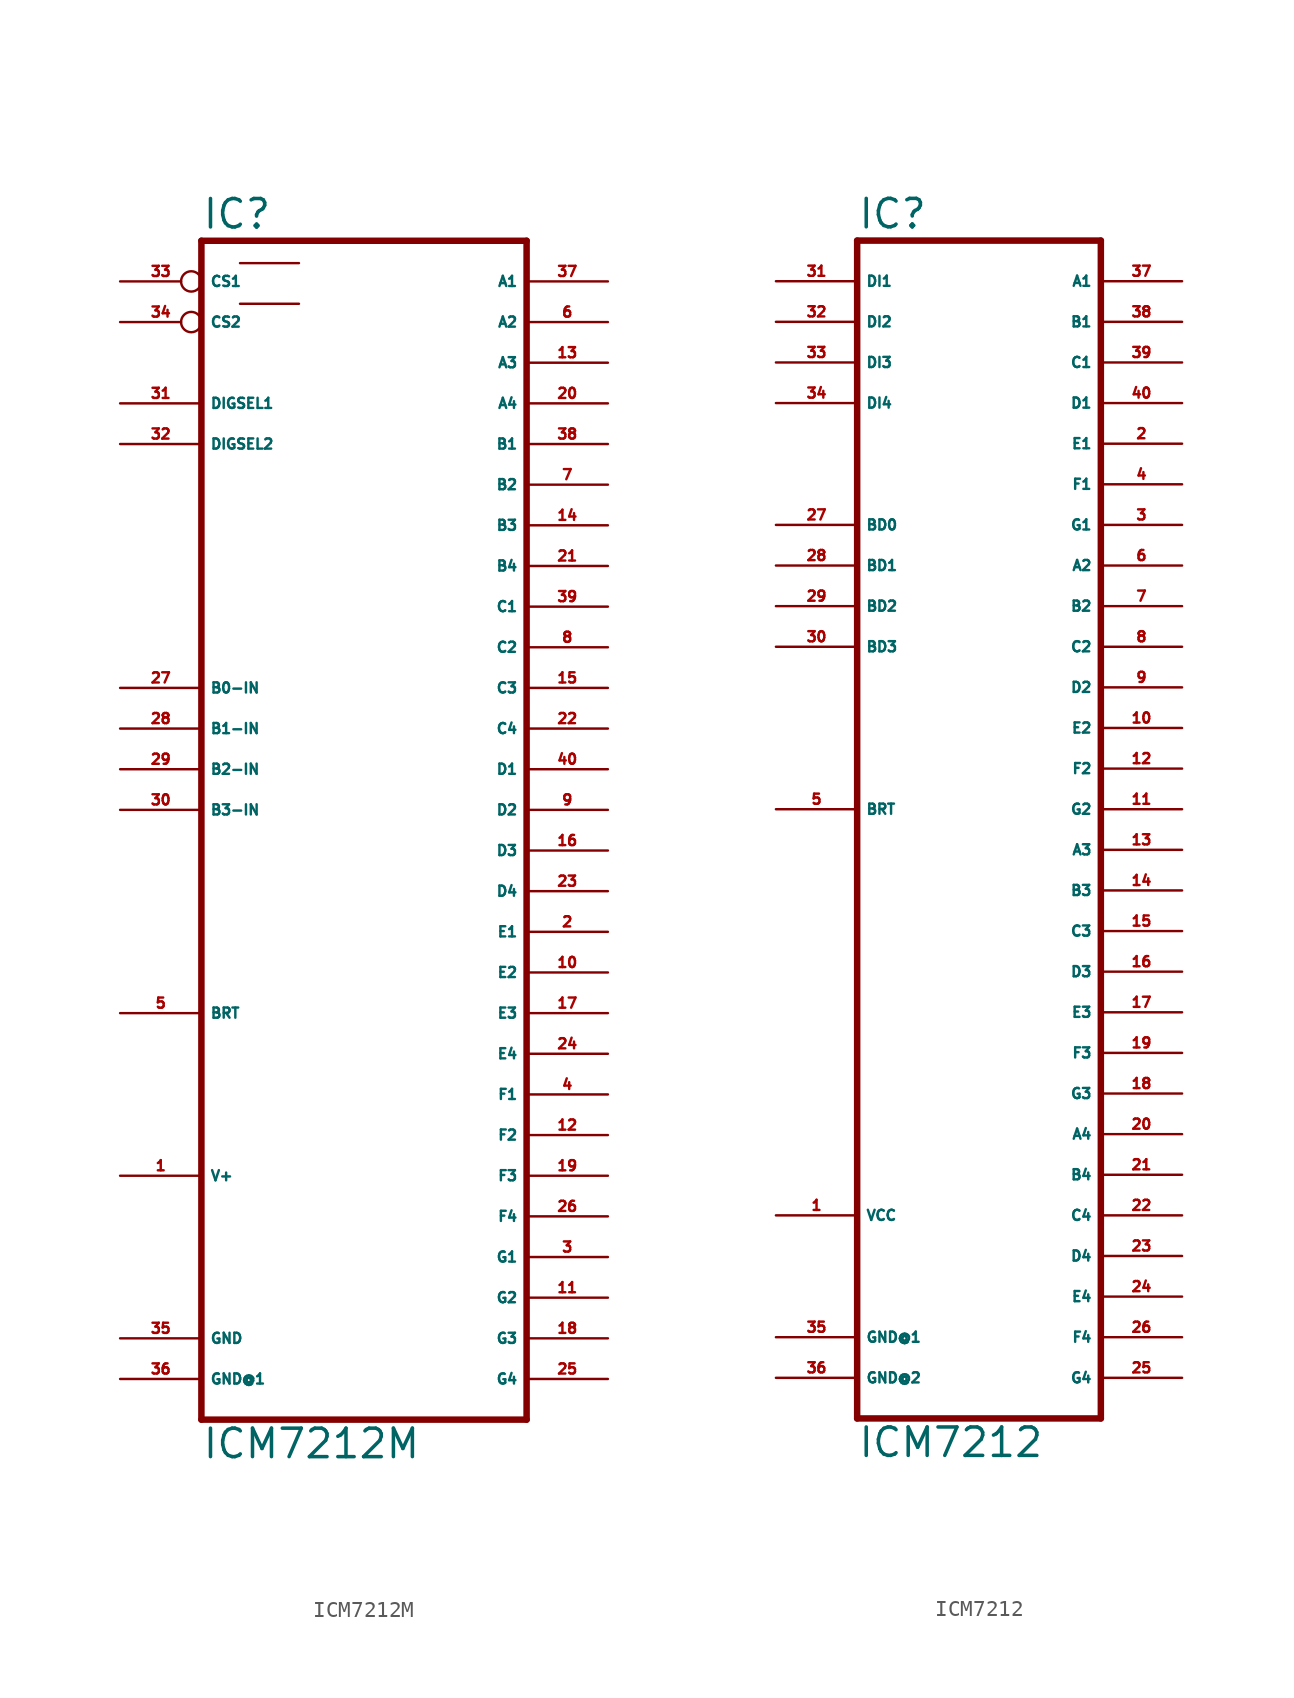
<source format=kicad_sym>
(kicad_symbol_lib
  (version 20220914)
  (generator Eagle2Kicad)
  (symbol "ICM7212M"
    (property "Reference" "IC"
      (at -10.16 43.815 0)
      (effects (font (size 1.778 1.778) (thickness 0.22)) (justify left bottom)))
    (property "Value" "ICM7212M"
      (at -10.16 -33.02 0)
      (effects (font (size 1.778 1.778) (thickness 0.22)) (justify left bottom)))
    (polyline
      (pts (xy -10.16 -30.48) (xy 10.16 -30.48))
      (stroke (width 0.406) (type default))
      (fill (type none)))
    (polyline
      (pts (xy 10.16 43.18) (xy 10.16 -30.48))
      (stroke (width 0.406) (type default))
      (fill (type none)))
    (polyline
      (pts (xy 10.16 43.18) (xy -10.16 43.18))
      (stroke (width 0.406) (type default))
      (fill (type none)))
    (polyline
      (pts (xy -10.16 -30.48) (xy -10.16 43.18))
      (stroke (width 0.406) (type default))
      (fill (type none)))
    (polyline
      (pts (xy -7.747 41.783) (xy -4.064 41.783))
      (stroke (width 0.152) (type default))
      (fill (type none)))
    (polyline
      (pts (xy -7.747 39.243) (xy -4.064 39.243))
      (stroke (width 0.152) (type default))
      (fill (type none)))
    (pin input line
      (at -15.24 33.02 0)
      (length 5.08)
      (name "DIGSEL1" (effects (font (size 0.635 0.635) (thickness 0.08)) (justify left bottom)))
      (number "31" (effects (font (size 0.635 0.635) (thickness 0.08)) (justify left bottom))))
    (pin input line
      (at -15.24 30.48 0)
      (length 5.08)
      (name "DIGSEL2" (effects (font (size 0.635 0.635) (thickness 0.08)) (justify left bottom)))
      (number "32" (effects (font (size 0.635 0.635) (thickness 0.08)) (justify left bottom))))
    (pin input inverted
      (at -15.24 40.64 0)
      (length 5.08)
      (name "CS1" (effects (font (size 0.635 0.635) (thickness 0.08)) (justify left bottom)))
      (number "33" (effects (font (size 0.635 0.635) (thickness 0.08)) (justify left bottom))))
    (pin output line
      (at 15.24 -20.32 180)
      (length 5.08)
      (name "G1" (effects (font (size 0.635 0.635) (thickness 0.08)) (justify left bottom)))
      (number "3" (effects (font (size 0.635 0.635) (thickness 0.08)) (justify left bottom))))
    (pin output line
      (at 15.24 -17.78 180)
      (length 5.08)
      (name "F4" (effects (font (size 0.635 0.635) (thickness 0.08)) (justify left bottom)))
      (number "26" (effects (font (size 0.635 0.635) (thickness 0.08)) (justify left bottom))))
    (pin output line
      (at 15.24 -15.24 180)
      (length 5.08)
      (name "F3" (effects (font (size 0.635 0.635) (thickness 0.08)) (justify left bottom)))
      (number "19" (effects (font (size 0.635 0.635) (thickness 0.08)) (justify left bottom))))
    (pin output line
      (at 15.24 -12.7 180)
      (length 5.08)
      (name "F2" (effects (font (size 0.635 0.635) (thickness 0.08)) (justify left bottom)))
      (number "12" (effects (font (size 0.635 0.635) (thickness 0.08)) (justify left bottom))))
    (pin output line
      (at 15.24 -10.16 180)
      (length 5.08)
      (name "F1" (effects (font (size 0.635 0.635) (thickness 0.08)) (justify left bottom)))
      (number "4" (effects (font (size 0.635 0.635) (thickness 0.08)) (justify left bottom))))
    (pin input inverted
      (at -15.24 38.1 0)
      (length 5.08)
      (name "CS2" (effects (font (size 0.635 0.635) (thickness 0.08)) (justify left bottom)))
      (number "34" (effects (font (size 0.635 0.635) (thickness 0.08)) (justify left bottom))))
    (pin output line
      (at 15.24 -5.08 180)
      (length 5.08)
      (name "E3" (effects (font (size 0.635 0.635) (thickness 0.08)) (justify left bottom)))
      (number "17" (effects (font (size 0.635 0.635) (thickness 0.08)) (justify left bottom))))
    (pin output line
      (at 15.24 -7.62 180)
      (length 5.08)
      (name "E4" (effects (font (size 0.635 0.635) (thickness 0.08)) (justify left bottom)))
      (number "24" (effects (font (size 0.635 0.635) (thickness 0.08)) (justify left bottom))))
    (pin output line
      (at 15.24 -27.94 180)
      (length 5.08)
      (name "G4" (effects (font (size 0.635 0.635) (thickness 0.08)) (justify left bottom)))
      (number "25" (effects (font (size 0.635 0.635) (thickness 0.08)) (justify left bottom))))
    (pin output line
      (at 15.24 -25.4 180)
      (length 5.08)
      (name "G3" (effects (font (size 0.635 0.635) (thickness 0.08)) (justify left bottom)))
      (number "18" (effects (font (size 0.635 0.635) (thickness 0.08)) (justify left bottom))))
    (pin output line
      (at 15.24 -22.86 180)
      (length 5.08)
      (name "G2" (effects (font (size 0.635 0.635) (thickness 0.08)) (justify left bottom)))
      (number "11" (effects (font (size 0.635 0.635) (thickness 0.08)) (justify left bottom))))
    (pin unspecified line
      (at -15.24 -25.4 0)
      (length 5.08)
      (name "GND" (effects (font (size 0.635 0.635) (thickness 0.08)) (justify left bottom)))
      (number "35" (effects (font (size 0.635 0.635) (thickness 0.08)) (justify left bottom))))
    (pin unspecified line
      (at -15.24 -15.24 0)
      (length 5.08)
      (name "V+" (effects (font (size 0.635 0.635) (thickness 0.08)) (justify left bottom)))
      (number "1" (effects (font (size 0.635 0.635) (thickness 0.08)) (justify left bottom))))
    (pin input line
      (at -15.24 15.24 0)
      (length 5.08)
      (name "B0-IN" (effects (font (size 0.635 0.635) (thickness 0.08)) (justify left bottom)))
      (number "27" (effects (font (size 0.635 0.635) (thickness 0.08)) (justify left bottom))))
    (pin input line
      (at -15.24 12.7 0)
      (length 5.08)
      (name "B1-IN" (effects (font (size 0.635 0.635) (thickness 0.08)) (justify left bottom)))
      (number "28" (effects (font (size 0.635 0.635) (thickness 0.08)) (justify left bottom))))
    (pin input line
      (at -15.24 10.16 0)
      (length 5.08)
      (name "B2-IN" (effects (font (size 0.635 0.635) (thickness 0.08)) (justify left bottom)))
      (number "29" (effects (font (size 0.635 0.635) (thickness 0.08)) (justify left bottom))))
    (pin input line
      (at -15.24 7.62 0)
      (length 5.08)
      (name "B3-IN" (effects (font (size 0.635 0.635) (thickness 0.08)) (justify left bottom)))
      (number "30" (effects (font (size 0.635 0.635) (thickness 0.08)) (justify left bottom))))
    (pin input line
      (at -15.24 -5.08 0)
      (length 5.08)
      (name "BRT" (effects (font (size 0.635 0.635) (thickness 0.08)) (justify left bottom)))
      (number "5" (effects (font (size 0.635 0.635) (thickness 0.08)) (justify left bottom))))
    (pin unspecified line
      (at -15.24 -27.94 0)
      (length 5.08)
      (name "GND@1" (effects (font (size 0.635 0.635) (thickness 0.08)) (justify left bottom)))
      (number "36" (effects (font (size 0.635 0.635) (thickness 0.08)) (justify left bottom))))
    (pin output line
      (at 15.24 40.64 180)
      (length 5.08)
      (name "A1" (effects (font (size 0.635 0.635) (thickness 0.08)) (justify left bottom)))
      (number "37" (effects (font (size 0.635 0.635) (thickness 0.08)) (justify left bottom))))
    (pin output line
      (at 15.24 38.1 180)
      (length 5.08)
      (name "A2" (effects (font (size 0.635 0.635) (thickness 0.08)) (justify left bottom)))
      (number "6" (effects (font (size 0.635 0.635) (thickness 0.08)) (justify left bottom))))
    (pin output line
      (at 15.24 35.56 180)
      (length 5.08)
      (name "A3" (effects (font (size 0.635 0.635) (thickness 0.08)) (justify left bottom)))
      (number "13" (effects (font (size 0.635 0.635) (thickness 0.08)) (justify left bottom))))
    (pin output line
      (at 15.24 33.02 180)
      (length 5.08)
      (name "A4" (effects (font (size 0.635 0.635) (thickness 0.08)) (justify left bottom)))
      (number "20" (effects (font (size 0.635 0.635) (thickness 0.08)) (justify left bottom))))
    (pin output line
      (at 15.24 30.48 180)
      (length 5.08)
      (name "B1" (effects (font (size 0.635 0.635) (thickness 0.08)) (justify left bottom)))
      (number "38" (effects (font (size 0.635 0.635) (thickness 0.08)) (justify left bottom))))
    (pin output line
      (at 15.24 27.94 180)
      (length 5.08)
      (name "B2" (effects (font (size 0.635 0.635) (thickness 0.08)) (justify left bottom)))
      (number "7" (effects (font (size 0.635 0.635) (thickness 0.08)) (justify left bottom))))
    (pin output line
      (at 15.24 -2.54 180)
      (length 5.08)
      (name "E2" (effects (font (size 0.635 0.635) (thickness 0.08)) (justify left bottom)))
      (number "10" (effects (font (size 0.635 0.635) (thickness 0.08)) (justify left bottom))))
    (pin output line
      (at 15.24 0 180)
      (length 5.08)
      (name "E1" (effects (font (size 0.635 0.635) (thickness 0.08)) (justify left bottom)))
      (number "2" (effects (font (size 0.635 0.635) (thickness 0.08)) (justify left bottom))))
    (pin output line
      (at 15.24 2.54 180)
      (length 5.08)
      (name "D4" (effects (font (size 0.635 0.635) (thickness 0.08)) (justify left bottom)))
      (number "23" (effects (font (size 0.635 0.635) (thickness 0.08)) (justify left bottom))))
    (pin output line
      (at 15.24 5.08 180)
      (length 5.08)
      (name "D3" (effects (font (size 0.635 0.635) (thickness 0.08)) (justify left bottom)))
      (number "16" (effects (font (size 0.635 0.635) (thickness 0.08)) (justify left bottom))))
    (pin output line
      (at 15.24 7.62 180)
      (length 5.08)
      (name "D2" (effects (font (size 0.635 0.635) (thickness 0.08)) (justify left bottom)))
      (number "9" (effects (font (size 0.635 0.635) (thickness 0.08)) (justify left bottom))))
    (pin output line
      (at 15.24 10.16 180)
      (length 5.08)
      (name "D1" (effects (font (size 0.635 0.635) (thickness 0.08)) (justify left bottom)))
      (number "40" (effects (font (size 0.635 0.635) (thickness 0.08)) (justify left bottom))))
    (pin output line
      (at 15.24 12.7 180)
      (length 5.08)
      (name "C4" (effects (font (size 0.635 0.635) (thickness 0.08)) (justify left bottom)))
      (number "22" (effects (font (size 0.635 0.635) (thickness 0.08)) (justify left bottom))))
    (pin output line
      (at 15.24 15.24 180)
      (length 5.08)
      (name "C3" (effects (font (size 0.635 0.635) (thickness 0.08)) (justify left bottom)))
      (number "15" (effects (font (size 0.635 0.635) (thickness 0.08)) (justify left bottom))))
    (pin output line
      (at 15.24 17.78 180)
      (length 5.08)
      (name "C2" (effects (font (size 0.635 0.635) (thickness 0.08)) (justify left bottom)))
      (number "8" (effects (font (size 0.635 0.635) (thickness 0.08)) (justify left bottom))))
    (pin output line
      (at 15.24 20.32 180)
      (length 5.08)
      (name "C1" (effects (font (size 0.635 0.635) (thickness 0.08)) (justify left bottom)))
      (number "39" (effects (font (size 0.635 0.635) (thickness 0.08)) (justify left bottom))))
    (pin output line
      (at 15.24 22.86 180)
      (length 5.08)
      (name "B4" (effects (font (size 0.635 0.635) (thickness 0.08)) (justify left bottom)))
      (number "21" (effects (font (size 0.635 0.635) (thickness 0.08)) (justify left bottom))))
    (pin output line
      (at 15.24 25.4 180)
      (length 5.08)
      (name "B3" (effects (font (size 0.635 0.635) (thickness 0.08)) (justify left bottom)))
      (number "14" (effects (font (size 0.635 0.635) (thickness 0.08)) (justify left bottom)))))
  (symbol "ICM7212"
    (property "Reference" "IC"
      (at -7.62 36.195 0)
      (effects (font (size 1.778 1.778) (thickness 0.22)) (justify left bottom)))
    (property "Value" "ICM7212"
      (at -7.62 -40.64 0)
      (effects (font (size 1.778 1.778) (thickness 0.22)) (justify left bottom)))
    (polyline
      (pts (xy -7.62 35.56) (xy 7.62 35.56))
      (stroke (width 0.406) (type default))
      (fill (type none)))
    (polyline
      (pts (xy 7.62 35.56) (xy 7.62 -38.1))
      (stroke (width 0.406) (type default))
      (fill (type none)))
    (polyline
      (pts (xy 7.62 -38.1) (xy -7.62 -38.1))
      (stroke (width 0.406) (type default))
      (fill (type none)))
    (polyline
      (pts (xy -7.62 -38.1) (xy -7.62 35.56))
      (stroke (width 0.406) (type default))
      (fill (type none)))
    (pin input line
      (at -12.7 33.02 0)
      (length 5.08)
      (name "DI1" (effects (font (size 0.635 0.635) (thickness 0.08)) (justify left bottom)))
      (number "31" (effects (font (size 0.635 0.635) (thickness 0.08)) (justify left bottom))))
    (pin input line
      (at -12.7 30.48 0)
      (length 5.08)
      (name "DI2" (effects (font (size 0.635 0.635) (thickness 0.08)) (justify left bottom)))
      (number "32" (effects (font (size 0.635 0.635) (thickness 0.08)) (justify left bottom))))
    (pin input line
      (at -12.7 27.94 0)
      (length 5.08)
      (name "DI3" (effects (font (size 0.635 0.635) (thickness 0.08)) (justify left bottom)))
      (number "33" (effects (font (size 0.635 0.635) (thickness 0.08)) (justify left bottom))))
    (pin input line
      (at -12.7 25.4 0)
      (length 5.08)
      (name "DI4" (effects (font (size 0.635 0.635) (thickness 0.08)) (justify left bottom)))
      (number "34" (effects (font (size 0.635 0.635) (thickness 0.08)) (justify left bottom))))
    (pin input line
      (at -12.7 17.78 0)
      (length 5.08)
      (name "BD0" (effects (font (size 0.635 0.635) (thickness 0.08)) (justify left bottom)))
      (number "27" (effects (font (size 0.635 0.635) (thickness 0.08)) (justify left bottom))))
    (pin input line
      (at -12.7 15.24 0)
      (length 5.08)
      (name "BD1" (effects (font (size 0.635 0.635) (thickness 0.08)) (justify left bottom)))
      (number "28" (effects (font (size 0.635 0.635) (thickness 0.08)) (justify left bottom))))
    (pin output line
      (at 12.7 33.02 180)
      (length 5.08)
      (name "A1" (effects (font (size 0.635 0.635) (thickness 0.08)) (justify left bottom)))
      (number "37" (effects (font (size 0.635 0.635) (thickness 0.08)) (justify left bottom))))
    (pin output line
      (at 12.7 30.48 180)
      (length 5.08)
      (name "B1" (effects (font (size 0.635 0.635) (thickness 0.08)) (justify left bottom)))
      (number "38" (effects (font (size 0.635 0.635) (thickness 0.08)) (justify left bottom))))
    (pin output line
      (at 12.7 27.94 180)
      (length 5.08)
      (name "C1" (effects (font (size 0.635 0.635) (thickness 0.08)) (justify left bottom)))
      (number "39" (effects (font (size 0.635 0.635) (thickness 0.08)) (justify left bottom))))
    (pin output line
      (at 12.7 25.4 180)
      (length 5.08)
      (name "D1" (effects (font (size 0.635 0.635) (thickness 0.08)) (justify left bottom)))
      (number "40" (effects (font (size 0.635 0.635) (thickness 0.08)) (justify left bottom))))
    (pin output line
      (at 12.7 22.86 180)
      (length 5.08)
      (name "E1" (effects (font (size 0.635 0.635) (thickness 0.08)) (justify left bottom)))
      (number "2" (effects (font (size 0.635 0.635) (thickness 0.08)) (justify left bottom))))
    (pin output line
      (at 12.7 20.32 180)
      (length 5.08)
      (name "F1" (effects (font (size 0.635 0.635) (thickness 0.08)) (justify left bottom)))
      (number "4" (effects (font (size 0.635 0.635) (thickness 0.08)) (justify left bottom))))
    (pin output line
      (at 12.7 17.78 180)
      (length 5.08)
      (name "G1" (effects (font (size 0.635 0.635) (thickness 0.08)) (justify left bottom)))
      (number "3" (effects (font (size 0.635 0.635) (thickness 0.08)) (justify left bottom))))
    (pin output line
      (at 12.7 15.24 180)
      (length 5.08)
      (name "A2" (effects (font (size 0.635 0.635) (thickness 0.08)) (justify left bottom)))
      (number "6" (effects (font (size 0.635 0.635) (thickness 0.08)) (justify left bottom))))
    (pin output line
      (at 12.7 12.7 180)
      (length 5.08)
      (name "B2" (effects (font (size 0.635 0.635) (thickness 0.08)) (justify left bottom)))
      (number "7" (effects (font (size 0.635 0.635) (thickness 0.08)) (justify left bottom))))
    (pin output line
      (at 12.7 10.16 180)
      (length 5.08)
      (name "C2" (effects (font (size 0.635 0.635) (thickness 0.08)) (justify left bottom)))
      (number "8" (effects (font (size 0.635 0.635) (thickness 0.08)) (justify left bottom))))
    (pin output line
      (at 12.7 7.62 180)
      (length 5.08)
      (name "D2" (effects (font (size 0.635 0.635) (thickness 0.08)) (justify left bottom)))
      (number "9" (effects (font (size 0.635 0.635) (thickness 0.08)) (justify left bottom))))
    (pin output line
      (at 12.7 5.08 180)
      (length 5.08)
      (name "E2" (effects (font (size 0.635 0.635) (thickness 0.08)) (justify left bottom)))
      (number "10" (effects (font (size 0.635 0.635) (thickness 0.08)) (justify left bottom))))
    (pin output line
      (at 12.7 2.54 180)
      (length 5.08)
      (name "F2" (effects (font (size 0.635 0.635) (thickness 0.08)) (justify left bottom)))
      (number "12" (effects (font (size 0.635 0.635) (thickness 0.08)) (justify left bottom))))
    (pin output line
      (at 12.7 0 180)
      (length 5.08)
      (name "G2" (effects (font (size 0.635 0.635) (thickness 0.08)) (justify left bottom)))
      (number "11" (effects (font (size 0.635 0.635) (thickness 0.08)) (justify left bottom))))
    (pin output line
      (at 12.7 -2.54 180)
      (length 5.08)
      (name "A3" (effects (font (size 0.635 0.635) (thickness 0.08)) (justify left bottom)))
      (number "13" (effects (font (size 0.635 0.635) (thickness 0.08)) (justify left bottom))))
    (pin output line
      (at 12.7 -5.08 180)
      (length 5.08)
      (name "B3" (effects (font (size 0.635 0.635) (thickness 0.08)) (justify left bottom)))
      (number "14" (effects (font (size 0.635 0.635) (thickness 0.08)) (justify left bottom))))
    (pin output line
      (at 12.7 -7.62 180)
      (length 5.08)
      (name "C3" (effects (font (size 0.635 0.635) (thickness 0.08)) (justify left bottom)))
      (number "15" (effects (font (size 0.635 0.635) (thickness 0.08)) (justify left bottom))))
    (pin output line
      (at 12.7 -10.16 180)
      (length 5.08)
      (name "D3" (effects (font (size 0.635 0.635) (thickness 0.08)) (justify left bottom)))
      (number "16" (effects (font (size 0.635 0.635) (thickness 0.08)) (justify left bottom))))
    (pin output line
      (at 12.7 -12.7 180)
      (length 5.08)
      (name "E3" (effects (font (size 0.635 0.635) (thickness 0.08)) (justify left bottom)))
      (number "17" (effects (font (size 0.635 0.635) (thickness 0.08)) (justify left bottom))))
    (pin output line
      (at 12.7 -15.24 180)
      (length 5.08)
      (name "F3" (effects (font (size 0.635 0.635) (thickness 0.08)) (justify left bottom)))
      (number "19" (effects (font (size 0.635 0.635) (thickness 0.08)) (justify left bottom))))
    (pin output line
      (at 12.7 -17.78 180)
      (length 5.08)
      (name "G3" (effects (font (size 0.635 0.635) (thickness 0.08)) (justify left bottom)))
      (number "18" (effects (font (size 0.635 0.635) (thickness 0.08)) (justify left bottom))))
    (pin output line
      (at 12.7 -20.32 180)
      (length 5.08)
      (name "A4" (effects (font (size 0.635 0.635) (thickness 0.08)) (justify left bottom)))
      (number "20" (effects (font (size 0.635 0.635) (thickness 0.08)) (justify left bottom))))
    (pin output line
      (at 12.7 -22.86 180)
      (length 5.08)
      (name "B4" (effects (font (size 0.635 0.635) (thickness 0.08)) (justify left bottom)))
      (number "21" (effects (font (size 0.635 0.635) (thickness 0.08)) (justify left bottom))))
    (pin output line
      (at 12.7 -25.4 180)
      (length 5.08)
      (name "C4" (effects (font (size 0.635 0.635) (thickness 0.08)) (justify left bottom)))
      (number "22" (effects (font (size 0.635 0.635) (thickness 0.08)) (justify left bottom))))
    (pin output line
      (at 12.7 -27.94 180)
      (length 5.08)
      (name "D4" (effects (font (size 0.635 0.635) (thickness 0.08)) (justify left bottom)))
      (number "23" (effects (font (size 0.635 0.635) (thickness 0.08)) (justify left bottom))))
    (pin output line
      (at 12.7 -30.48 180)
      (length 5.08)
      (name "E4" (effects (font (size 0.635 0.635) (thickness 0.08)) (justify left bottom)))
      (number "24" (effects (font (size 0.635 0.635) (thickness 0.08)) (justify left bottom))))
    (pin output line
      (at 12.7 -33.02 180)
      (length 5.08)
      (name "F4" (effects (font (size 0.635 0.635) (thickness 0.08)) (justify left bottom)))
      (number "26" (effects (font (size 0.635 0.635) (thickness 0.08)) (justify left bottom))))
    (pin output line
      (at 12.7 -35.56 180)
      (length 5.08)
      (name "G4" (effects (font (size 0.635 0.635) (thickness 0.08)) (justify left bottom)))
      (number "25" (effects (font (size 0.635 0.635) (thickness 0.08)) (justify left bottom))))
    (pin input line
      (at -12.7 12.7 0)
      (length 5.08)
      (name "BD2" (effects (font (size 0.635 0.635) (thickness 0.08)) (justify left bottom)))
      (number "29" (effects (font (size 0.635 0.635) (thickness 0.08)) (justify left bottom))))
    (pin input line
      (at -12.7 10.16 0)
      (length 5.08)
      (name "BD3" (effects (font (size 0.635 0.635) (thickness 0.08)) (justify left bottom)))
      (number "30" (effects (font (size 0.635 0.635) (thickness 0.08)) (justify left bottom))))
    (pin bidirectional line
      (at -12.7 0 0)
      (length 5.08)
      (name "BRT" (effects (font (size 0.635 0.635) (thickness 0.08)) (justify left bottom)))
      (number "5" (effects (font (size 0.635 0.635) (thickness 0.08)) (justify left bottom))))
    (pin unspecified line
      (at -12.7 -35.56 0)
      (length 5.08)
      (name "GND@2" (effects (font (size 0.635 0.635) (thickness 0.08)) (justify left bottom)))
      (number "36" (effects (font (size 0.635 0.635) (thickness 0.08)) (justify left bottom))))
    (pin unspecified line
      (at -12.7 -33.02 0)
      (length 5.08)
      (name "GND@1" (effects (font (size 0.635 0.635) (thickness 0.08)) (justify left bottom)))
      (number "35" (effects (font (size 0.635 0.635) (thickness 0.08)) (justify left bottom))))
    (pin unspecified line
      (at -12.7 -25.4 0)
      (length 5.08)
      (name "VCC" (effects (font (size 0.635 0.635) (thickness 0.08)) (justify left bottom)))
      (number "1" (effects (font (size 0.635 0.635) (thickness 0.08)) (justify left bottom))))))
</source>
